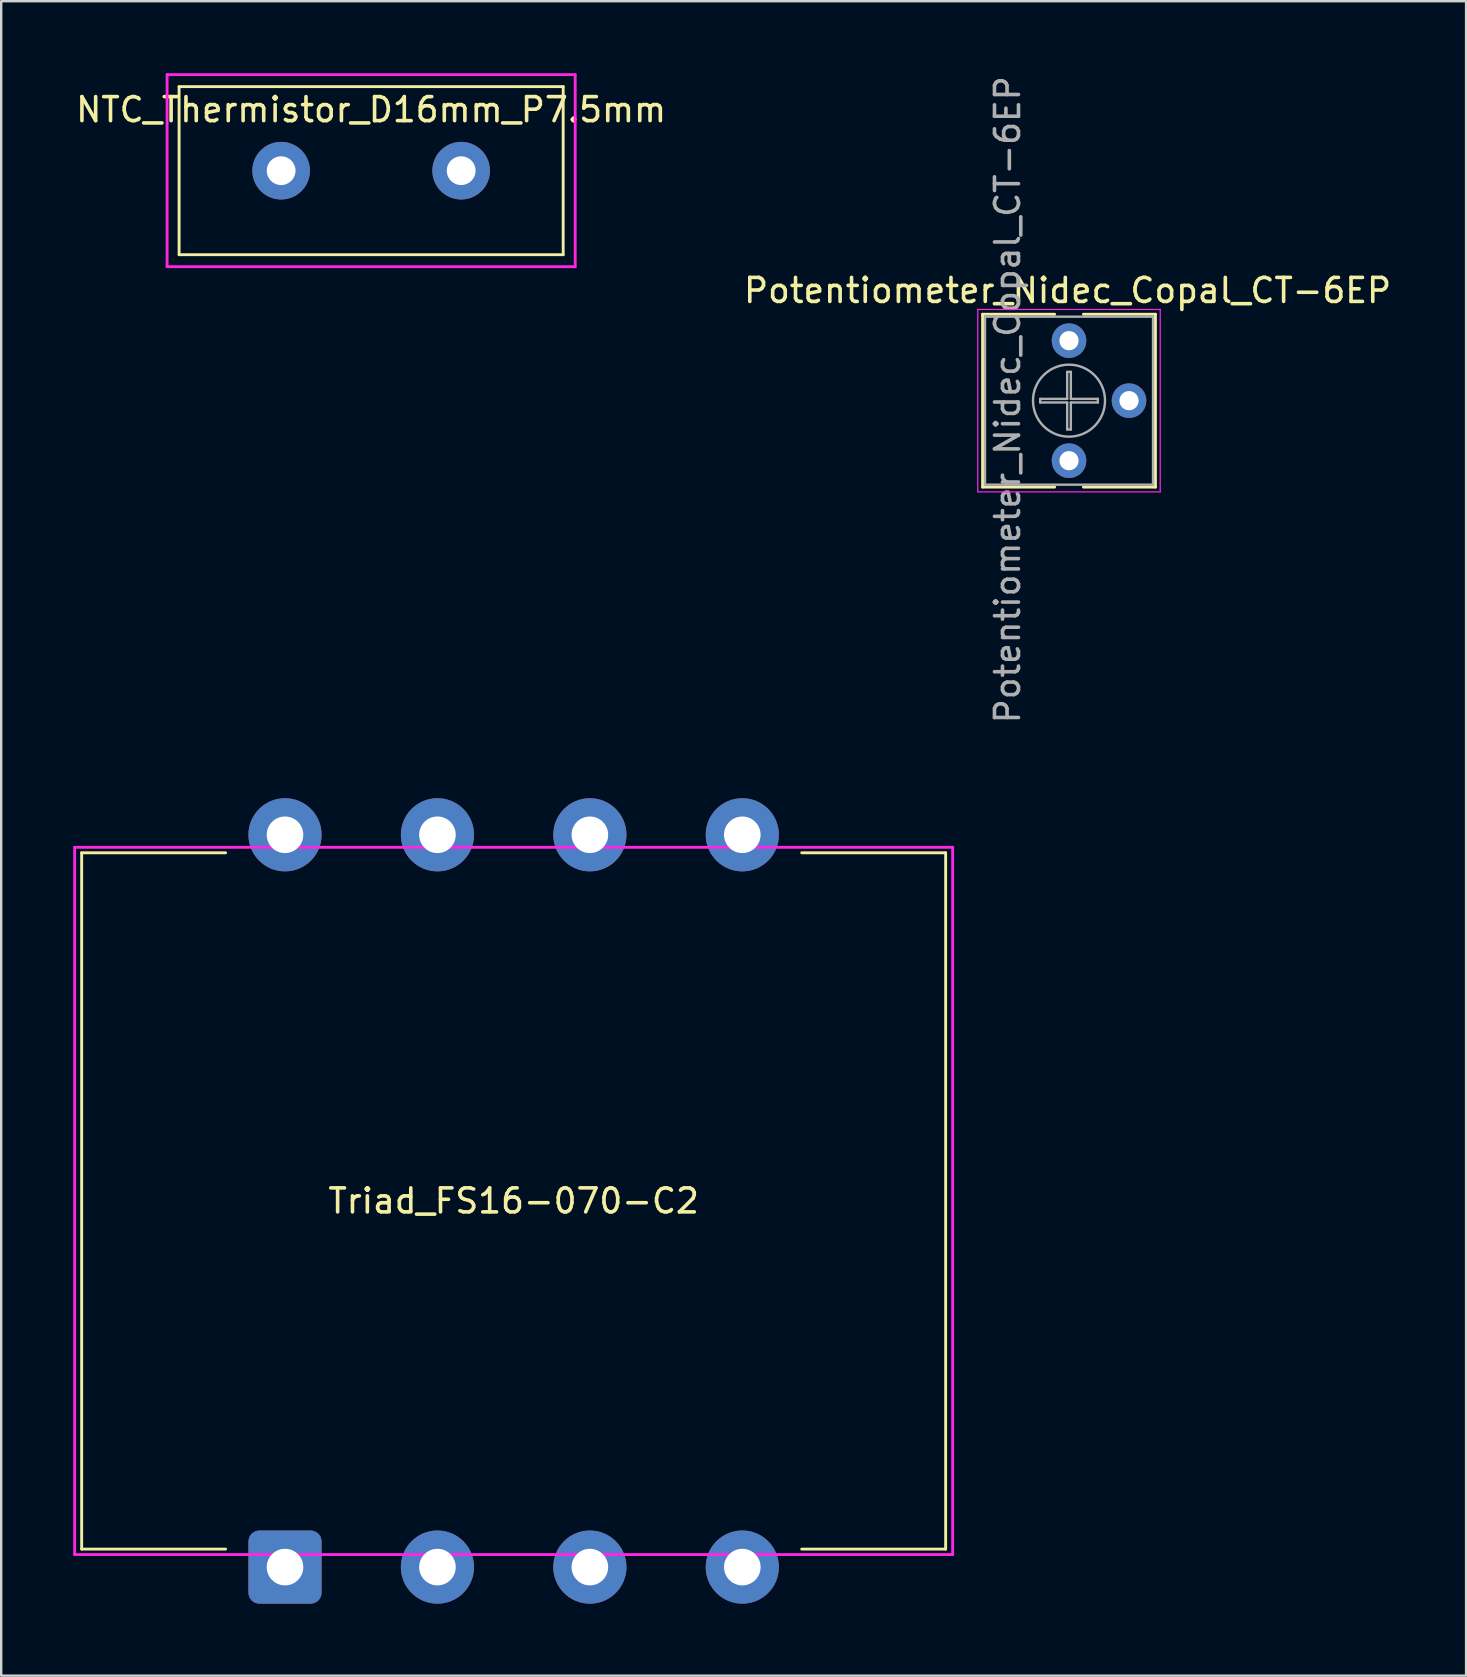
<source format=kicad_pcb>
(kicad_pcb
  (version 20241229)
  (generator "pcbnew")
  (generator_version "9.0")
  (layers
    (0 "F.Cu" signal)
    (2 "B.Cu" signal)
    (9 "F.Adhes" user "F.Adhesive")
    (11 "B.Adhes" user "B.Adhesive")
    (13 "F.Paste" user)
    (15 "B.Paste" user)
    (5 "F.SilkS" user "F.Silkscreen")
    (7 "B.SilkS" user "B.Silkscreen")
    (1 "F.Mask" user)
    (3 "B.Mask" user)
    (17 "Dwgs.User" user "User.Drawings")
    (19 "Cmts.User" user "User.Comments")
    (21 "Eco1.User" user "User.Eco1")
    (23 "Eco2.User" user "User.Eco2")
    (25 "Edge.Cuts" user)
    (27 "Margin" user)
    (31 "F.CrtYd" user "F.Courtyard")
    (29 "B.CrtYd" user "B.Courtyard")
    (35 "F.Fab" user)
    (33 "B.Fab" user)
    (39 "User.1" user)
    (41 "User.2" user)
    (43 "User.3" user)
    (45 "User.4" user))
  (footprint "NTC_Thermistor_D16mm_P7.5mm"
    (layer "F.Cu")
    (at 8.661 4.06)
    (property "Reference" "NTC_Thermistor_D16mm_P7.5mm" (at 3.75 -2.54 0) (layer "F.SilkS") (effects (font (size 1 1) (thickness 0.15))))
    (attr through_hole)
    (fp_line (start -4.25 -3.5) (end -4.25 3.5) (stroke (width 0.12) (type solid)) (layer "F.SilkS"))
    (fp_line (start -4.25 -3.5) (end 11.75 -3.5) (stroke (width 0.12) (type solid)) (layer "F.SilkS"))
    (fp_line (start -4.25 3.5) (end 11.75 3.5) (stroke (width 0.12) (type solid)) (layer "F.SilkS"))
    (fp_line (start 11.75 -3.5) (end 11.75 3.5) (stroke (width 0.12) (type solid)) (layer "F.SilkS"))
    (fp_line (start -4.75 -4) (end 12.25 -4) (stroke (width 0.12) (type solid)) (layer "F.CrtYd"))
    (fp_line (start -4.75 4) (end -4.75 -4) (stroke (width 0.12) (type solid)) (layer "F.CrtYd"))
    (fp_line (start -4.75 4) (end 12.25 4) (stroke (width 0.12) (type solid)) (layer "F.CrtYd"))
    (fp_line (start 12.25 -4) (end 12.25 4) (stroke (width 0.12) (type solid)) (layer "F.CrtYd"))
    (pad "1" thru_hole circle (at 0 0) (size 2.4 2.4) (drill 1.2) (layers "*.Cu" "*.Mask"))
    (pad "2" thru_hole circle (at 7.5 0) (size 2.4 2.4) (drill 1.2) (layers "*.Cu" "*.Mask")))
  (footprint "Potentiometer_Nidec_Copal_CT-6EP"
    (layer "F.Cu")
    (at 41.483 11.141)
    (property "Reference" "Potentiometer_Nidec_Copal_CT-6EP" (at -0.06 -2.09 0) (layer "F.SilkS") (effects (font (size 1 1) (thickness 0.15))))
    (attr through_hole)
    (fp_line (start -3.6 -1.1) (end -3.6 6.1) (stroke (width 0.12) (type solid)) (layer "F.SilkS"))
    (fp_line (start -3.6 -1.1) (end -0.6 -1.1) (stroke (width 0.12) (type solid)) (layer "F.SilkS"))
    (fp_line (start -3.6 6.1) (end -0.6 6.1) (stroke (width 0.12) (type solid)) (layer "F.SilkS"))
    (fp_line (start 0.6 -1.1) (end 3.6 -1.1) (stroke (width 0.12) (type solid)) (layer "F.SilkS"))
    (fp_line (start 0.6 6.1) (end 3.6 6.1) (stroke (width 0.12) (type solid)) (layer "F.SilkS"))
    (fp_line (start 3.6 -1.1) (end 3.6 6.1) (stroke (width 0.12) (type solid)) (layer "F.SilkS"))
    (fp_line (start -3.8 -1.3) (end -3.8 6.3) (stroke (width 0.05) (type solid)) (layer "F.CrtYd"))
    (fp_line (start -3.8 6.3) (end 3.8 6.3) (stroke (width 0.05) (type solid)) (layer "F.CrtYd"))
    (fp_line (start 3.8 -1.3) (end -3.8 -1.3) (stroke (width 0.05) (type solid)) (layer "F.CrtYd"))
    (fp_line (start 3.8 6.3) (end 3.8 -1.3) (stroke (width 0.05) (type solid)) (layer "F.CrtYd"))
    (fp_line (start -3.5 -1) (end -3.5 6) (stroke (width 0.1) (type solid)) (layer "F.Fab"))
    (fp_line (start -3.5 6) (end 3.5 6) (stroke (width 0.1) (type solid)) (layer "F.Fab"))
    (fp_line (start -1.201 2.424) (end -0.076 2.424) (stroke (width 0.1) (type solid)) (layer "F.Fab"))
    (fp_line (start -1.201 2.576) (end -1.201 2.424) (stroke (width 0.1) (type solid)) (layer "F.Fab"))
    (fp_line (start -0.076 1.299) (end 0.076 1.299) (stroke (width 0.1) (type solid)) (layer "F.Fab"))
    (fp_line (start -0.076 2.424) (end -0.076 1.299) (stroke (width 0.1) (type solid)) (layer "F.Fab"))
    (fp_line (start -0.076 2.576) (end -1.201 2.576) (stroke (width 0.1) (type solid)) (layer "F.Fab"))
    (fp_line (start -0.076 3.701) (end -0.076 2.576) (stroke (width 0.1) (type solid)) (layer "F.Fab"))
    (fp_line (start 0.076 1.299) (end 0.076 2.424) (stroke (width 0.1) (type solid)) (layer "F.Fab"))
    (fp_line (start 0.076 2.424) (end 1.201 2.424) (stroke (width 0.1) (type solid)) (layer "F.Fab"))
    (fp_line (start 0.076 2.576) (end 0.076 3.701) (stroke (width 0.1) (type solid)) (layer "F.Fab"))
    (fp_line (start 0.076 3.701) (end -0.076 3.701) (stroke (width 0.1) (type solid)) (layer "F.Fab"))
    (fp_line (start 1.201 2.424) (end 1.201 2.576) (stroke (width 0.1) (type solid)) (layer "F.Fab"))
    (fp_line (start 1.201 2.576) (end 0.076 2.576) (stroke (width 0.1) (type solid)) (layer "F.Fab"))
    (fp_line (start 3.5 -1) (end -3.5 -1) (stroke (width 0.1) (type solid)) (layer "F.Fab"))
    (fp_line (start 3.5 6) (end 3.5 -1) (stroke (width 0.1) (type solid)) (layer "F.Fab"))
    (fp_circle (center 0 2.5) (end 1.5 2.5) (stroke (width 0.1) (type solid)) (fill no) (layer "F.Fab"))
    (fp_text user "${REFERENCE}" (at -2.56 2.46 90) (layer "F.Fab") (effects (font (size 1 1) (thickness 0.15))))
    (pad "1" thru_hole circle (at 0 0) (size 1.44 1.44) (drill 0.8) (layers "*.Cu" "*.Mask"))
    (pad "2" thru_hole circle (at 2.5 2.5) (size 1.44 1.44) (drill 0.8) (layers "*.Cu" "*.Mask"))
    (pad "3" thru_hole circle (at 0 5) (size 1.44 1.44) (drill 0.8) (layers "*.Cu" "*.Mask")))
  (footprint "Triad_FS16-070-C2"
    (layer "F.Cu")
    (at 18.348 46.979)
    (property "Reference" "Triad_FS16-070-C2" (at 0 0 0) (layer "F.SilkS") (effects (font (size 1 1) (thickness 0.15))))
    (attr through_hole)
    (fp_line (start -17.996 -14.503) (end -17.996 14.503) (stroke (width 0.12) (type solid)) (layer "F.SilkS"))
    (fp_line (start -17.996 -14.503) (end -12 -14.503) (stroke (width 0.12) (type solid)) (layer "F.SilkS"))
    (fp_line (start -12 14.503) (end -17.996 14.503) (stroke (width 0.12) (type solid)) (layer "F.SilkS"))
    (fp_line (start 12 -14.503) (end 17.996 -14.503) (stroke (width 0.12) (type solid)) (layer "F.SilkS"))
    (fp_line (start 12 14.503) (end 17.996 14.503) (stroke (width 0.12) (type solid)) (layer "F.SilkS"))
    (fp_line (start 17.996 -14.503) (end 17.996 14.503) (stroke (width 0.12) (type solid)) (layer "F.SilkS"))
    (fp_line (start -18.288 -14.732) (end -18.288 14.732) (stroke (width 0.12) (type solid)) (layer "F.CrtYd"))
    (fp_line (start -18.288 -14.732) (end 18.288 -14.732) (stroke (width 0.12) (type solid)) (layer "F.CrtYd"))
    (fp_line (start -18.288 14.732) (end 18.288 14.732) (stroke (width 0.12) (type solid)) (layer "F.CrtYd"))
    (fp_line (start 18.288 -14.732) (end 18.288 14.732) (stroke (width 0.12) (type solid)) (layer "F.CrtYd"))
    (pad "1" thru_hole roundrect (at -9.525 15.253) (size 3.048 3.048) (drill 1.524) (layers "*.Cu" "*.Mask") (roundrect_rratio 0.15))
    (pad "2" thru_hole circle (at -3.175 15.253) (size 3.048 3.048) (drill 1.524) (layers "*.Cu" "*.Mask"))
    (pad "3" thru_hole circle (at 3.175 15.253) (size 3.048 3.048) (drill 1.524) (layers "*.Cu" "*.Mask"))
    (pad "4" thru_hole circle (at 9.525 15.253) (size 3.048 3.048) (drill 1.524) (layers "*.Cu" "*.Mask"))
    (pad "5" thru_hole circle (at -9.525 -15.253) (size 3.048 3.048) (drill 1.524) (layers "*.Cu" "*.Mask"))
    (pad "6" thru_hole circle (at -3.175 -15.253) (size 3.048 3.048) (drill 1.524) (layers "*.Cu" "*.Mask"))
    (pad "7" thru_hole circle (at 3.175 -15.253) (size 3.048 3.048) (drill 1.524) (layers "*.Cu" "*.Mask"))
    (pad "8" thru_hole circle (at 9.525 -15.253) (size 3.048 3.048) (drill 1.524) (layers "*.Cu" "*.Mask")))
  (gr_rect
    (start -3 -3)
    (end 58.024 66.756)
    (stroke (width 0.1) (type default))
    (fill no)
    (layer "Edge.Cuts")))
</source>
